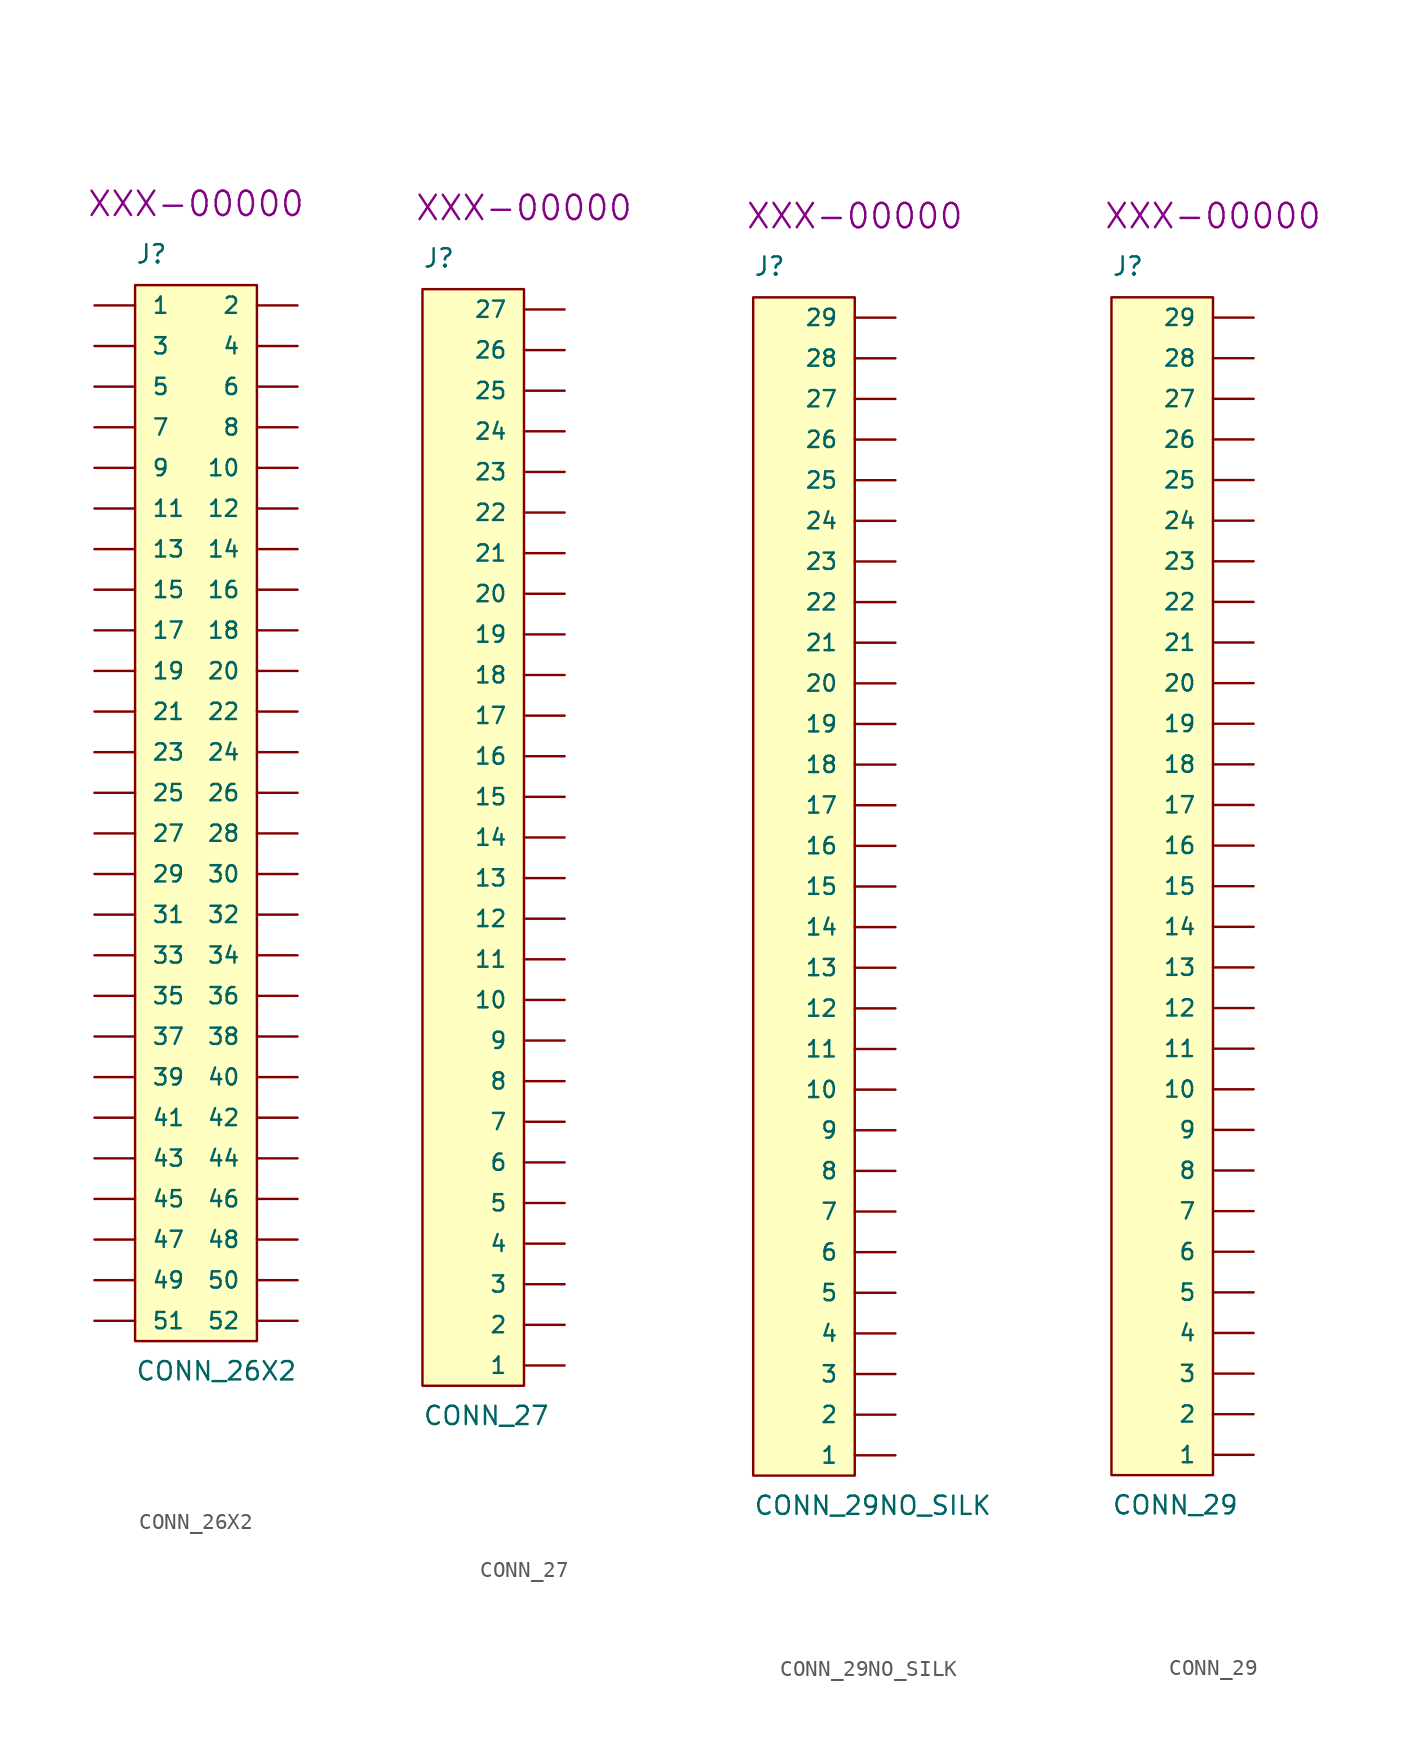
<source format=kicad_sym>
(kicad_symbol_lib
  (version 20201005)
  (generator kicad_symbol_editor)
  (symbol "CONN_26X2"
    (pin_numbers hide)
    (pin_names
      (offset 1.016))
    (property "Reference" "J"
      (at -3.81 33.02 0)
      (effects (font (size 1.143 1.143)) (justify left bottom)))
    (property "Value" "CONN_26X2"
      (at -3.81 -36.83 0)
      (effects (font (size 1.143 1.143)) (justify left bottom)))
    (property "Field4" "XXX-00000"
      (at 0 36.83 0)
      (effects (font (size 1.524 1.524))))
    (property "ki_locked" ""
      (at 0 0 0)
      (effects (font (size 1.27 1.27))))
    (symbol "CONN_26X2_0_1"
      (rectangle (start 3.81 -34.29) (end -3.81 31.75) (stroke (width 0)) (fill (type background))))
    (symbol "CONN_26X2_1_1"
      (pin passive line (at -6.35 30.48 0) (length 2.54) (name "1" (effects (font (size 1.016 1.016)))) (number "1" (effects (font (size 1.016 1.016)))))
      (pin passive line (at 6.35 30.48 180) (length 2.54) (name "2" (effects (font (size 1.016 1.016)))) (number "2" (effects (font (size 1.016 1.016)))))
      (pin passive line (at -6.35 27.94 0) (length 2.54) (name "3" (effects (font (size 1.016 1.016)))) (number "3" (effects (font (size 1.016 1.016)))))
      (pin passive line (at 6.35 27.94 180) (length 2.54) (name "4" (effects (font (size 1.016 1.016)))) (number "4" (effects (font (size 1.016 1.016)))))
      (pin passive line (at -6.35 25.4 0) (length 2.54) (name "5" (effects (font (size 1.016 1.016)))) (number "5" (effects (font (size 1.016 1.016)))))
      (pin passive line (at 6.35 25.4 180) (length 2.54) (name "6" (effects (font (size 1.016 1.016)))) (number "6" (effects (font (size 1.016 1.016)))))
      (pin passive line (at -6.35 22.86 0) (length 2.54) (name "7" (effects (font (size 1.016 1.016)))) (number "7" (effects (font (size 1.016 1.016)))))
      (pin passive line (at 6.35 22.86 180) (length 2.54) (name "8" (effects (font (size 1.016 1.016)))) (number "8" (effects (font (size 1.016 1.016)))))
      (pin passive line (at -6.35 20.32 0) (length 2.54) (name "9" (effects (font (size 1.016 1.016)))) (number "9" (effects (font (size 1.016 1.016)))))
      (pin passive line (at 6.35 20.32 180) (length 2.54) (name "10" (effects (font (size 1.016 1.016)))) (number "10" (effects (font (size 1.016 1.016)))))
      (pin passive line (at 6.35 7.62 180) (length 2.54) (name "20" (effects (font (size 1.016 1.016)))) (number "20" (effects (font (size 1.016 1.016)))))
      (pin passive line (at 6.35 -5.08 180) (length 2.54) (name "30" (effects (font (size 1.016 1.016)))) (number "30" (effects (font (size 1.016 1.016)))))
      (pin passive line (at 6.35 -17.78 180) (length 2.54) (name "40" (effects (font (size 1.016 1.016)))) (number "40" (effects (font (size 1.016 1.016)))))
      (pin passive line (at 6.35 -30.48 180) (length 2.54) (name "50" (effects (font (size 1.016 1.016)))) (number "50" (effects (font (size 1.016 1.016)))))
      (pin passive line (at -6.35 17.78 0) (length 2.54) (name "11" (effects (font (size 1.016 1.016)))) (number "11" (effects (font (size 1.016 1.016)))))
      (pin passive line (at -6.35 5.08 0) (length 2.54) (name "21" (effects (font (size 1.016 1.016)))) (number "21" (effects (font (size 1.016 1.016)))))
      (pin passive line (at -6.35 -7.62 0) (length 2.54) (name "31" (effects (font (size 1.016 1.016)))) (number "31" (effects (font (size 1.016 1.016)))))
      (pin passive line (at -6.35 -20.32 0) (length 2.54) (name "41" (effects (font (size 1.016 1.016)))) (number "41" (effects (font (size 1.016 1.016)))))
      (pin passive line (at -6.35 -33.02 0) (length 2.54) (name "51" (effects (font (size 1.016 1.016)))) (number "51" (effects (font (size 1.016 1.016)))))
      (pin passive line (at 6.35 17.78 180) (length 2.54) (name "12" (effects (font (size 1.016 1.016)))) (number "12" (effects (font (size 1.016 1.016)))))
      (pin passive line (at 6.35 5.08 180) (length 2.54) (name "22" (effects (font (size 1.016 1.016)))) (number "22" (effects (font (size 1.016 1.016)))))
      (pin passive line (at 6.35 -7.62 180) (length 2.54) (name "32" (effects (font (size 1.016 1.016)))) (number "32" (effects (font (size 1.016 1.016)))))
      (pin passive line (at 6.35 -20.32 180) (length 2.54) (name "42" (effects (font (size 1.016 1.016)))) (number "42" (effects (font (size 1.016 1.016)))))
      (pin passive line (at 6.35 -33.02 180) (length 2.54) (name "52" (effects (font (size 1.016 1.016)))) (number "52" (effects (font (size 1.016 1.016)))))
      (pin passive line (at -6.35 15.24 0) (length 2.54) (name "13" (effects (font (size 1.016 1.016)))) (number "13" (effects (font (size 1.016 1.016)))))
      (pin passive line (at -6.35 2.54 0) (length 2.54) (name "23" (effects (font (size 1.016 1.016)))) (number "23" (effects (font (size 1.016 1.016)))))
      (pin passive line (at -6.35 -10.16 0) (length 2.54) (name "33" (effects (font (size 1.016 1.016)))) (number "33" (effects (font (size 1.016 1.016)))))
      (pin passive line (at -6.35 -22.86 0) (length 2.54) (name "43" (effects (font (size 1.016 1.016)))) (number "43" (effects (font (size 1.016 1.016)))))
      (pin passive line (at 6.35 15.24 180) (length 2.54) (name "14" (effects (font (size 1.016 1.016)))) (number "14" (effects (font (size 1.016 1.016)))))
      (pin passive line (at 6.35 2.54 180) (length 2.54) (name "24" (effects (font (size 1.016 1.016)))) (number "24" (effects (font (size 1.016 1.016)))))
      (pin passive line (at 6.35 -10.16 180) (length 2.54) (name "34" (effects (font (size 1.016 1.016)))) (number "34" (effects (font (size 1.016 1.016)))))
      (pin passive line (at 6.35 -22.86 180) (length 2.54) (name "44" (effects (font (size 1.016 1.016)))) (number "44" (effects (font (size 1.016 1.016)))))
      (pin passive line (at -6.35 12.7 0) (length 2.54) (name "15" (effects (font (size 1.016 1.016)))) (number "15" (effects (font (size 1.016 1.016)))))
      (pin passive line (at -6.35 0 0) (length 2.54) (name "25" (effects (font (size 1.016 1.016)))) (number "25" (effects (font (size 1.016 1.016)))))
      (pin passive line (at -6.35 -12.7 0) (length 2.54) (name "35" (effects (font (size 1.016 1.016)))) (number "35" (effects (font (size 1.016 1.016)))))
      (pin passive line (at -6.35 -25.4 0) (length 2.54) (name "45" (effects (font (size 1.016 1.016)))) (number "45" (effects (font (size 1.016 1.016)))))
      (pin passive line (at 6.35 12.7 180) (length 2.54) (name "16" (effects (font (size 1.016 1.016)))) (number "16" (effects (font (size 1.016 1.016)))))
      (pin passive line (at 6.35 0 180) (length 2.54) (name "26" (effects (font (size 1.016 1.016)))) (number "26" (effects (font (size 1.016 1.016)))))
      (pin passive line (at 6.35 -12.7 180) (length 2.54) (name "36" (effects (font (size 1.016 1.016)))) (number "36" (effects (font (size 1.016 1.016)))))
      (pin passive line (at 6.35 -25.4 180) (length 2.54) (name "46" (effects (font (size 1.016 1.016)))) (number "46" (effects (font (size 1.016 1.016)))))
      (pin passive line (at -6.35 10.16 0) (length 2.54) (name "17" (effects (font (size 1.016 1.016)))) (number "17" (effects (font (size 1.016 1.016)))))
      (pin passive line (at -6.35 -2.54 0) (length 2.54) (name "27" (effects (font (size 1.016 1.016)))) (number "27" (effects (font (size 1.016 1.016)))))
      (pin passive line (at -6.35 -15.24 0) (length 2.54) (name "37" (effects (font (size 1.016 1.016)))) (number "37" (effects (font (size 1.016 1.016)))))
      (pin passive line (at -6.35 -27.94 0) (length 2.54) (name "47" (effects (font (size 1.016 1.016)))) (number "47" (effects (font (size 1.016 1.016)))))
      (pin passive line (at 6.35 10.16 180) (length 2.54) (name "18" (effects (font (size 1.016 1.016)))) (number "18" (effects (font (size 1.016 1.016)))))
      (pin passive line (at 6.35 -2.54 180) (length 2.54) (name "28" (effects (font (size 1.016 1.016)))) (number "28" (effects (font (size 1.016 1.016)))))
      (pin passive line (at 6.35 -15.24 180) (length 2.54) (name "38" (effects (font (size 1.016 1.016)))) (number "38" (effects (font (size 1.016 1.016)))))
      (pin passive line (at 6.35 -27.94 180) (length 2.54) (name "48" (effects (font (size 1.016 1.016)))) (number "48" (effects (font (size 1.016 1.016)))))
      (pin passive line (at -6.35 7.62 0) (length 2.54) (name "19" (effects (font (size 1.016 1.016)))) (number "19" (effects (font (size 1.016 1.016)))))
      (pin passive line (at -6.35 -5.08 0) (length 2.54) (name "29" (effects (font (size 1.016 1.016)))) (number "29" (effects (font (size 1.016 1.016)))))
      (pin passive line (at -6.35 -17.78 0) (length 2.54) (name "39" (effects (font (size 1.016 1.016)))) (number "39" (effects (font (size 1.016 1.016)))))
      (pin passive line (at -6.35 -30.48 0) (length 2.54) (name "49" (effects (font (size 1.016 1.016)))) (number "49" (effects (font (size 1.016 1.016)))))))
  (symbol "CONN_27"
    (pin_numbers hide)
    (pin_names
      (offset 1.016))
    (property "Reference" "J"
      (at -6.35 68.58 0)
      (effects (font (size 1.143 1.143)) (justify left bottom)))
    (property "Value" "CONN_27"
      (at -6.35 -3.81 0)
      (effects (font (size 1.143 1.143)) (justify left bottom)))
    (property "Field4" "XXX-00000"
      (at 0 72.39 0)
      (effects (font (size 1.524 1.524))))
    (property "ki_locked" ""
      (at 0 0 0)
      (effects (font (size 1.27 1.27))))
    (symbol "CONN_27_0_1"
      (rectangle (start 0 -1.27) (end -6.35 67.31) (stroke (width 0)) (fill (type background))))
    (symbol "CONN_27_1_1"
      (pin passive line (at 2.54 0 180) (length 2.54) (name "1" (effects (font (size 1.016 1.016)))) (number "1" (effects (font (size 1.016 1.016)))))
      (pin passive line (at 2.54 2.54 180) (length 2.54) (name "2" (effects (font (size 1.016 1.016)))) (number "2" (effects (font (size 1.016 1.016)))))
      (pin passive line (at 2.54 5.08 180) (length 2.54) (name "3" (effects (font (size 1.016 1.016)))) (number "3" (effects (font (size 1.016 1.016)))))
      (pin passive line (at 2.54 7.62 180) (length 2.54) (name "4" (effects (font (size 1.016 1.016)))) (number "4" (effects (font (size 1.016 1.016)))))
      (pin passive line (at 2.54 10.16 180) (length 2.54) (name "5" (effects (font (size 1.016 1.016)))) (number "5" (effects (font (size 1.016 1.016)))))
      (pin passive line (at 2.54 12.7 180) (length 2.54) (name "6" (effects (font (size 1.016 1.016)))) (number "6" (effects (font (size 1.016 1.016)))))
      (pin passive line (at 2.54 15.24 180) (length 2.54) (name "7" (effects (font (size 1.016 1.016)))) (number "7" (effects (font (size 1.016 1.016)))))
      (pin passive line (at 2.54 17.78 180) (length 2.54) (name "8" (effects (font (size 1.016 1.016)))) (number "8" (effects (font (size 1.016 1.016)))))
      (pin passive line (at 2.54 20.32 180) (length 2.54) (name "9" (effects (font (size 1.016 1.016)))) (number "9" (effects (font (size 1.016 1.016)))))
      (pin passive line (at 2.54 22.86 180) (length 2.54) (name "10" (effects (font (size 1.016 1.016)))) (number "10" (effects (font (size 1.016 1.016)))))
      (pin passive line (at 2.54 48.26 180) (length 2.54) (name "20" (effects (font (size 1.016 1.016)))) (number "20" (effects (font (size 1.016 1.016)))))
      (pin passive line (at 2.54 25.4 180) (length 2.54) (name "11" (effects (font (size 1.016 1.016)))) (number "11" (effects (font (size 1.016 1.016)))))
      (pin passive line (at 2.54 50.8 180) (length 2.54) (name "21" (effects (font (size 1.016 1.016)))) (number "21" (effects (font (size 1.016 1.016)))))
      (pin passive line (at 2.54 27.94 180) (length 2.54) (name "12" (effects (font (size 1.016 1.016)))) (number "12" (effects (font (size 1.016 1.016)))))
      (pin passive line (at 2.54 53.34 180) (length 2.54) (name "22" (effects (font (size 1.016 1.016)))) (number "22" (effects (font (size 1.016 1.016)))))
      (pin passive line (at 2.54 30.48 180) (length 2.54) (name "13" (effects (font (size 1.016 1.016)))) (number "13" (effects (font (size 1.016 1.016)))))
      (pin passive line (at 2.54 55.88 180) (length 2.54) (name "23" (effects (font (size 1.016 1.016)))) (number "23" (effects (font (size 1.016 1.016)))))
      (pin passive line (at 2.54 33.02 180) (length 2.54) (name "14" (effects (font (size 1.016 1.016)))) (number "14" (effects (font (size 1.016 1.016)))))
      (pin passive line (at 2.54 58.42 180) (length 2.54) (name "24" (effects (font (size 1.016 1.016)))) (number "24" (effects (font (size 1.016 1.016)))))
      (pin passive line (at 2.54 35.56 180) (length 2.54) (name "15" (effects (font (size 1.016 1.016)))) (number "15" (effects (font (size 1.016 1.016)))))
      (pin passive line (at 2.54 60.96 180) (length 2.54) (name "25" (effects (font (size 1.016 1.016)))) (number "25" (effects (font (size 1.016 1.016)))))
      (pin passive line (at 2.54 38.1 180) (length 2.54) (name "16" (effects (font (size 1.016 1.016)))) (number "16" (effects (font (size 1.016 1.016)))))
      (pin passive line (at 2.54 63.5 180) (length 2.54) (name "26" (effects (font (size 1.016 1.016)))) (number "26" (effects (font (size 1.016 1.016)))))
      (pin passive line (at 2.54 40.64 180) (length 2.54) (name "17" (effects (font (size 1.016 1.016)))) (number "17" (effects (font (size 1.016 1.016)))))
      (pin passive line (at 2.54 66.04 180) (length 2.54) (name "27" (effects (font (size 1.016 1.016)))) (number "27" (effects (font (size 1.016 1.016)))))
      (pin passive line (at 2.54 43.18 180) (length 2.54) (name "18" (effects (font (size 1.016 1.016)))) (number "18" (effects (font (size 1.016 1.016)))))
      (pin passive line (at 2.54 45.72 180) (length 2.54) (name "19" (effects (font (size 1.016 1.016)))) (number "19" (effects (font (size 1.016 1.016)))))))
  (symbol "CONN_29NO_SILK"
    (pin_numbers hide)
    (pin_names
      (offset 1.016))
    (property "Reference" "J"
      (at -6.35 73.66 0)
      (effects (font (size 1.143 1.143)) (justify left bottom)))
    (property "Value" "CONN_29NO_SILK"
      (at -6.35 -3.81 0)
      (effects (font (size 1.143 1.143)) (justify left bottom)))
    (property "Field4" "XXX-00000"
      (at 0 77.47 0)
      (effects (font (size 1.524 1.524))))
    (property "ki_locked" ""
      (at 0 0 0)
      (effects (font (size 1.27 1.27))))
    (symbol "CONN_29NO_SILK_0_1"
      (rectangle (start 0 -1.27) (end -6.35 72.39) (stroke (width 0)) (fill (type background))))
    (symbol "CONN_29NO_SILK_1_1"
      (pin passive line (at 2.54 0 180) (length 2.54) (name "1" (effects (font (size 1.016 1.016)))) (number "1" (effects (font (size 1.016 1.016)))))
      (pin passive line (at 2.54 2.54 180) (length 2.54) (name "2" (effects (font (size 1.016 1.016)))) (number "2" (effects (font (size 1.016 1.016)))))
      (pin passive line (at 2.54 5.08 180) (length 2.54) (name "3" (effects (font (size 1.016 1.016)))) (number "3" (effects (font (size 1.016 1.016)))))
      (pin passive line (at 2.54 7.62 180) (length 2.54) (name "4" (effects (font (size 1.016 1.016)))) (number "4" (effects (font (size 1.016 1.016)))))
      (pin passive line (at 2.54 10.16 180) (length 2.54) (name "5" (effects (font (size 1.016 1.016)))) (number "5" (effects (font (size 1.016 1.016)))))
      (pin passive line (at 2.54 12.7 180) (length 2.54) (name "6" (effects (font (size 1.016 1.016)))) (number "6" (effects (font (size 1.016 1.016)))))
      (pin passive line (at 2.54 15.24 180) (length 2.54) (name "7" (effects (font (size 1.016 1.016)))) (number "7" (effects (font (size 1.016 1.016)))))
      (pin passive line (at 2.54 17.78 180) (length 2.54) (name "8" (effects (font (size 1.016 1.016)))) (number "8" (effects (font (size 1.016 1.016)))))
      (pin passive line (at 2.54 20.32 180) (length 2.54) (name "9" (effects (font (size 1.016 1.016)))) (number "9" (effects (font (size 1.016 1.016)))))
      (pin passive line (at 2.54 22.86 180) (length 2.54) (name "10" (effects (font (size 1.016 1.016)))) (number "10" (effects (font (size 1.016 1.016)))))
      (pin passive line (at 2.54 48.26 180) (length 2.54) (name "20" (effects (font (size 1.016 1.016)))) (number "20" (effects (font (size 1.016 1.016)))))
      (pin passive line (at 2.54 25.4 180) (length 2.54) (name "11" (effects (font (size 1.016 1.016)))) (number "11" (effects (font (size 1.016 1.016)))))
      (pin passive line (at 2.54 50.8 180) (length 2.54) (name "21" (effects (font (size 1.016 1.016)))) (number "21" (effects (font (size 1.016 1.016)))))
      (pin passive line (at 2.54 27.94 180) (length 2.54) (name "12" (effects (font (size 1.016 1.016)))) (number "12" (effects (font (size 1.016 1.016)))))
      (pin passive line (at 2.54 53.34 180) (length 2.54) (name "22" (effects (font (size 1.016 1.016)))) (number "22" (effects (font (size 1.016 1.016)))))
      (pin passive line (at 2.54 30.48 180) (length 2.54) (name "13" (effects (font (size 1.016 1.016)))) (number "13" (effects (font (size 1.016 1.016)))))
      (pin passive line (at 2.54 55.88 180) (length 2.54) (name "23" (effects (font (size 1.016 1.016)))) (number "23" (effects (font (size 1.016 1.016)))))
      (pin passive line (at 2.54 33.02 180) (length 2.54) (name "14" (effects (font (size 1.016 1.016)))) (number "14" (effects (font (size 1.016 1.016)))))
      (pin passive line (at 2.54 58.42 180) (length 2.54) (name "24" (effects (font (size 1.016 1.016)))) (number "24" (effects (font (size 1.016 1.016)))))
      (pin passive line (at 2.54 35.56 180) (length 2.54) (name "15" (effects (font (size 1.016 1.016)))) (number "15" (effects (font (size 1.016 1.016)))))
      (pin passive line (at 2.54 60.96 180) (length 2.54) (name "25" (effects (font (size 1.016 1.016)))) (number "25" (effects (font (size 1.016 1.016)))))
      (pin passive line (at 2.54 38.1 180) (length 2.54) (name "16" (effects (font (size 1.016 1.016)))) (number "16" (effects (font (size 1.016 1.016)))))
      (pin passive line (at 2.54 63.5 180) (length 2.54) (name "26" (effects (font (size 1.016 1.016)))) (number "26" (effects (font (size 1.016 1.016)))))
      (pin passive line (at 2.54 40.64 180) (length 2.54) (name "17" (effects (font (size 1.016 1.016)))) (number "17" (effects (font (size 1.016 1.016)))))
      (pin passive line (at 2.54 66.04 180) (length 2.54) (name "27" (effects (font (size 1.016 1.016)))) (number "27" (effects (font (size 1.016 1.016)))))
      (pin passive line (at 2.54 43.18 180) (length 2.54) (name "18" (effects (font (size 1.016 1.016)))) (number "18" (effects (font (size 1.016 1.016)))))
      (pin passive line (at 2.54 68.58 180) (length 2.54) (name "28" (effects (font (size 1.016 1.016)))) (number "28" (effects (font (size 1.016 1.016)))))
      (pin passive line (at 2.54 45.72 180) (length 2.54) (name "19" (effects (font (size 1.016 1.016)))) (number "19" (effects (font (size 1.016 1.016)))))
      (pin passive line (at 2.54 71.12 180) (length 2.54) (name "29" (effects (font (size 1.016 1.016)))) (number "29" (effects (font (size 1.016 1.016)))))))
  (symbol "CONN_29"
    (pin_numbers hide)
    (pin_names
      (offset 1.016))
    (property "Reference" "J"
      (at -6.35 73.66 0)
      (effects (font (size 1.143 1.143)) (justify left bottom)))
    (property "Value" "CONN_29"
      (at -6.35 -3.81 0)
      (effects (font (size 1.143 1.143)) (justify left bottom)))
    (property "Field4" "XXX-00000"
      (at 0 77.47 0)
      (effects (font (size 1.524 1.524))))
    (property "ki_locked" ""
      (at 0 0 0)
      (effects (font (size 1.27 1.27))))
    (symbol "CONN_29_0_1"
      (rectangle (start 0 -1.27) (end -6.35 72.39) (stroke (width 0)) (fill (type background))))
    (symbol "CONN_29_1_1"
      (pin passive line (at 2.54 0 180) (length 2.54) (name "1" (effects (font (size 1.016 1.016)))) (number "1" (effects (font (size 1.016 1.016)))))
      (pin passive line (at 2.54 2.54 180) (length 2.54) (name "2" (effects (font (size 1.016 1.016)))) (number "2" (effects (font (size 1.016 1.016)))))
      (pin passive line (at 2.54 5.08 180) (length 2.54) (name "3" (effects (font (size 1.016 1.016)))) (number "3" (effects (font (size 1.016 1.016)))))
      (pin passive line (at 2.54 7.62 180) (length 2.54) (name "4" (effects (font (size 1.016 1.016)))) (number "4" (effects (font (size 1.016 1.016)))))
      (pin passive line (at 2.54 10.16 180) (length 2.54) (name "5" (effects (font (size 1.016 1.016)))) (number "5" (effects (font (size 1.016 1.016)))))
      (pin passive line (at 2.54 12.7 180) (length 2.54) (name "6" (effects (font (size 1.016 1.016)))) (number "6" (effects (font (size 1.016 1.016)))))
      (pin passive line (at 2.54 15.24 180) (length 2.54) (name "7" (effects (font (size 1.016 1.016)))) (number "7" (effects (font (size 1.016 1.016)))))
      (pin passive line (at 2.54 17.78 180) (length 2.54) (name "8" (effects (font (size 1.016 1.016)))) (number "8" (effects (font (size 1.016 1.016)))))
      (pin passive line (at 2.54 20.32 180) (length 2.54) (name "9" (effects (font (size 1.016 1.016)))) (number "9" (effects (font (size 1.016 1.016)))))
      (pin passive line (at 2.54 22.86 180) (length 2.54) (name "10" (effects (font (size 1.016 1.016)))) (number "10" (effects (font (size 1.016 1.016)))))
      (pin passive line (at 2.54 48.26 180) (length 2.54) (name "20" (effects (font (size 1.016 1.016)))) (number "20" (effects (font (size 1.016 1.016)))))
      (pin passive line (at 2.54 25.4 180) (length 2.54) (name "11" (effects (font (size 1.016 1.016)))) (number "11" (effects (font (size 1.016 1.016)))))
      (pin passive line (at 2.54 50.8 180) (length 2.54) (name "21" (effects (font (size 1.016 1.016)))) (number "21" (effects (font (size 1.016 1.016)))))
      (pin passive line (at 2.54 27.94 180) (length 2.54) (name "12" (effects (font (size 1.016 1.016)))) (number "12" (effects (font (size 1.016 1.016)))))
      (pin passive line (at 2.54 53.34 180) (length 2.54) (name "22" (effects (font (size 1.016 1.016)))) (number "22" (effects (font (size 1.016 1.016)))))
      (pin passive line (at 2.54 30.48 180) (length 2.54) (name "13" (effects (font (size 1.016 1.016)))) (number "13" (effects (font (size 1.016 1.016)))))
      (pin passive line (at 2.54 55.88 180) (length 2.54) (name "23" (effects (font (size 1.016 1.016)))) (number "23" (effects (font (size 1.016 1.016)))))
      (pin passive line (at 2.54 33.02 180) (length 2.54) (name "14" (effects (font (size 1.016 1.016)))) (number "14" (effects (font (size 1.016 1.016)))))
      (pin passive line (at 2.54 58.42 180) (length 2.54) (name "24" (effects (font (size 1.016 1.016)))) (number "24" (effects (font (size 1.016 1.016)))))
      (pin passive line (at 2.54 35.56 180) (length 2.54) (name "15" (effects (font (size 1.016 1.016)))) (number "15" (effects (font (size 1.016 1.016)))))
      (pin passive line (at 2.54 60.96 180) (length 2.54) (name "25" (effects (font (size 1.016 1.016)))) (number "25" (effects (font (size 1.016 1.016)))))
      (pin passive line (at 2.54 38.1 180) (length 2.54) (name "16" (effects (font (size 1.016 1.016)))) (number "16" (effects (font (size 1.016 1.016)))))
      (pin passive line (at 2.54 63.5 180) (length 2.54) (name "26" (effects (font (size 1.016 1.016)))) (number "26" (effects (font (size 1.016 1.016)))))
      (pin passive line (at 2.54 40.64 180) (length 2.54) (name "17" (effects (font (size 1.016 1.016)))) (number "17" (effects (font (size 1.016 1.016)))))
      (pin passive line (at 2.54 66.04 180) (length 2.54) (name "27" (effects (font (size 1.016 1.016)))) (number "27" (effects (font (size 1.016 1.016)))))
      (pin passive line (at 2.54 43.18 180) (length 2.54) (name "18" (effects (font (size 1.016 1.016)))) (number "18" (effects (font (size 1.016 1.016)))))
      (pin passive line (at 2.54 68.58 180) (length 2.54) (name "28" (effects (font (size 1.016 1.016)))) (number "28" (effects (font (size 1.016 1.016)))))
      (pin passive line (at 2.54 45.72 180) (length 2.54) (name "19" (effects (font (size 1.016 1.016)))) (number "19" (effects (font (size 1.016 1.016)))))
      (pin passive line (at 2.54 71.12 180) (length 2.54) (name "29" (effects (font (size 1.016 1.016)))) (number "29" (effects (font (size 1.016 1.016))))))))
</source>
